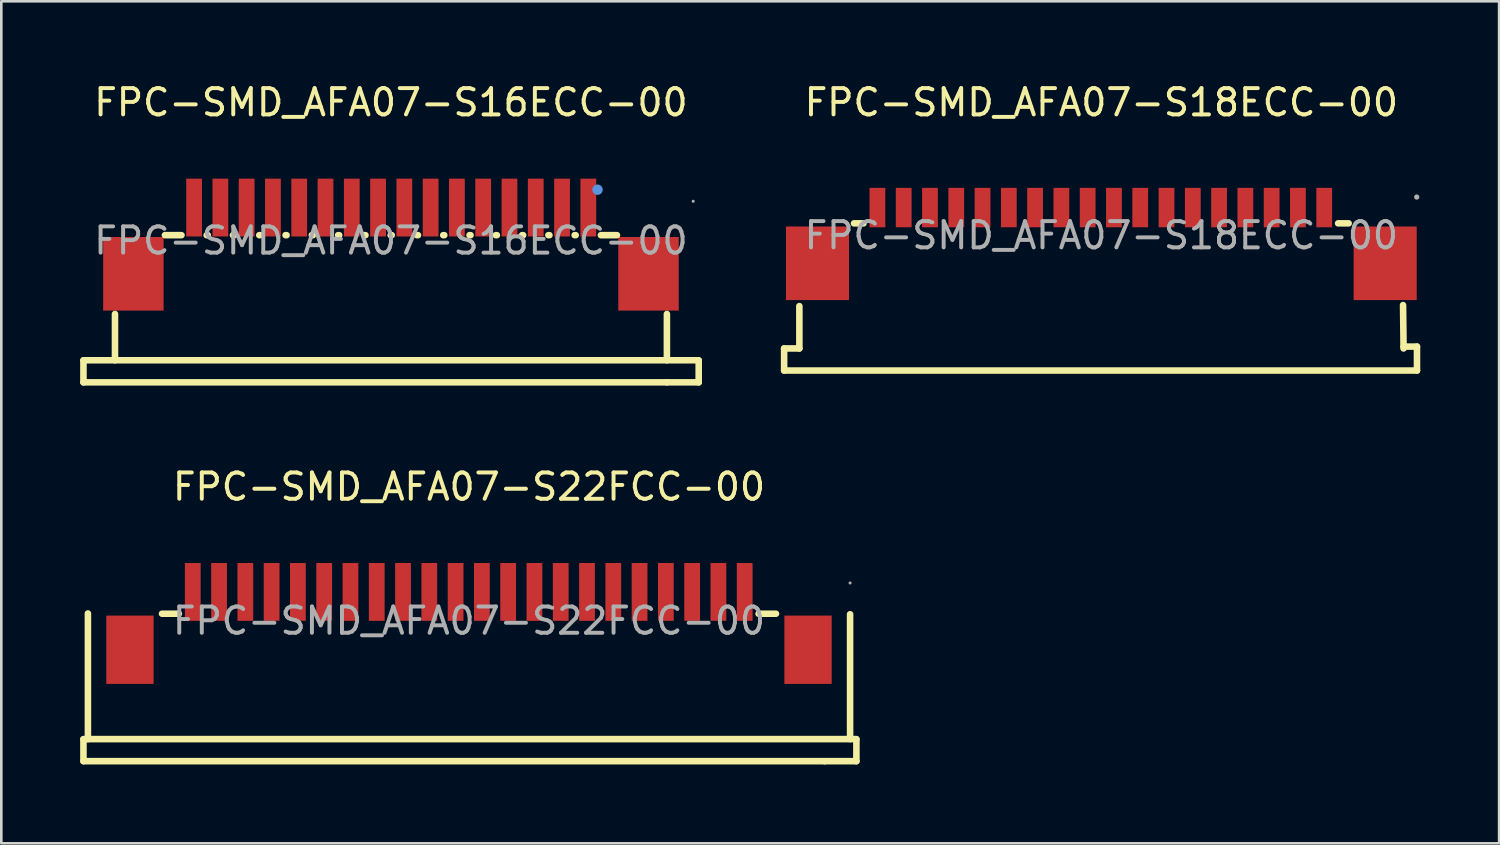
<source format=kicad_pcb>
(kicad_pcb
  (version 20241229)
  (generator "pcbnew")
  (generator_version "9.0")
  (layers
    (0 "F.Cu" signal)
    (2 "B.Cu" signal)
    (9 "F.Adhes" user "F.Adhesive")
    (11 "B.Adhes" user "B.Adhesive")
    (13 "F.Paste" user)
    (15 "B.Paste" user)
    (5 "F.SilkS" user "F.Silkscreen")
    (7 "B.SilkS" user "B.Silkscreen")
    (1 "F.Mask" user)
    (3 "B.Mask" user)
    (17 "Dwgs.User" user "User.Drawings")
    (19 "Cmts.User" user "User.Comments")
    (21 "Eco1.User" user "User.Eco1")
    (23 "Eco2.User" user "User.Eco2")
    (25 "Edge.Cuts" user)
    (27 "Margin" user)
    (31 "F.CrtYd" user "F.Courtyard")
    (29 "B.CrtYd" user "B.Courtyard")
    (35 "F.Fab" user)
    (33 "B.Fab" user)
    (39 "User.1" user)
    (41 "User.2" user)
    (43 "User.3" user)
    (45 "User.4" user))
  (footprint "FPC-SMD_AFA07-S22FCC-00"
    (layer "F.Cu")
    (at 14.795 20.572)
    (property "Reference" "FPC-SMD_AFA07-S22FCC-00" (at 0 -5.1 0) (layer "F.SilkS") (effects (font (size 1 1) (thickness 0.15))))
    (attr through_hole)
    (fp_line (start -14.67 5.34) (end -14.67 4.51) (stroke (width 0.25) (type solid)) (layer "F.SilkS"))
    (fp_line (start -14.67 5.34) (end 13.53 5.34) (stroke (width 0.25) (type solid)) (layer "F.SilkS"))
    (fp_line (start -14.5 4.5) (end -14.5 -0.28) (stroke (width 0.25) (type solid)) (layer "F.SilkS"))
    (fp_line (start -11.68 -0.27) (end -11.04 -0.27) (stroke (width 0.25) (type solid)) (layer "F.SilkS"))
    (fp_line (start 11.02 -0.27) (end 11.68 -0.27) (stroke (width 0.25) (type solid)) (layer "F.SilkS"))
    (fp_line (start 14.5 4.5) (end 14.5 -0.25) (stroke (width 0.25) (type solid)) (layer "F.SilkS"))
    (fp_line (start 14.74 4.5) (end -14.67 4.5) (stroke (width 0.25) (type solid)) (layer "F.SilkS"))
    (fp_line (start 14.74 5.34) (end 13.54 5.34) (stroke (width 0.25) (type solid)) (layer "F.SilkS"))
    (fp_line (start 14.74 5.34) (end 14.74 4.51) (stroke (width 0.25) (type solid)) (layer "F.SilkS"))
    (fp_circle (center 14.5 -1.44) (end 14.53 -1.44) (stroke (width 0.06) (type solid)) (fill no) (layer "F.Fab"))
    (fp_text user "${REFERENCE}" (at 0 0 0) (layer "F.Fab") (effects (font (size 1 1) (thickness 0.15))))
    (pad "1" smd rect (at 10.49 -1.1) (size 0.6 2.2) (layers "F.Cu" "F.Mask" "F.Paste"))
    (pad "2" smd rect (at 9.49 -1.1) (size 0.6 2.2) (layers "F.Cu" "F.Mask" "F.Paste"))
    (pad "3" smd rect (at 8.49 -1.1) (size 0.6 2.2) (layers "F.Cu" "F.Mask" "F.Paste"))
    (pad "4" smd rect (at 7.49 -1.1) (size 0.6 2.2) (layers "F.Cu" "F.Mask" "F.Paste"))
    (pad "5" smd rect (at 6.49 -1.1) (size 0.6 2.2) (layers "F.Cu" "F.Mask" "F.Paste"))
    (pad "6" smd rect (at 5.49 -1.1) (size 0.6 2.2) (layers "F.Cu" "F.Mask" "F.Paste"))
    (pad "7" smd rect (at 4.49 -1.1) (size 0.6 2.2) (layers "F.Cu" "F.Mask" "F.Paste"))
    (pad "8" smd rect (at 3.49 -1.1) (size 0.6 2.2) (layers "F.Cu" "F.Mask" "F.Paste"))
    (pad "9" smd rect (at 2.49 -1.1) (size 0.6 2.2) (layers "F.Cu" "F.Mask" "F.Paste"))
    (pad "10" smd rect (at 1.49 -1.1) (size 0.6 2.2) (layers "F.Cu" "F.Mask" "F.Paste"))
    (pad "11" smd rect (at 0.49 -1.1) (size 0.6 2.2) (layers "F.Cu" "F.Mask" "F.Paste"))
    (pad "12" smd rect (at -0.51 -1.1) (size 0.6 2.2) (layers "F.Cu" "F.Mask" "F.Paste"))
    (pad "13" smd rect (at -1.51 -1.1) (size 0.6 2.2) (layers "F.Cu" "F.Mask" "F.Paste"))
    (pad "14" smd rect (at -2.51 -1.1) (size 0.6 2.2) (layers "F.Cu" "F.Mask" "F.Paste"))
    (pad "15" smd rect (at -3.51 -1.1) (size 0.6 2.2) (layers "F.Cu" "F.Mask" "F.Paste"))
    (pad "16" smd rect (at -4.51 -1.1) (size 0.6 2.2) (layers "F.Cu" "F.Mask" "F.Paste"))
    (pad "17" smd rect (at -5.51 -1.1) (size 0.6 2.2) (layers "F.Cu" "F.Mask" "F.Paste"))
    (pad "18" smd rect (at -6.51 -1.1) (size 0.6 2.2) (layers "F.Cu" "F.Mask" "F.Paste"))
    (pad "19" smd rect (at -7.51 -1.1) (size 0.6 2.2) (layers "F.Cu" "F.Mask" "F.Paste"))
    (pad "20" smd rect (at -8.51 -1.1) (size 0.6 2.2) (layers "F.Cu" "F.Mask" "F.Paste"))
    (pad "21" smd rect (at -9.51 -1.1) (size 0.6 2.2) (layers "F.Cu" "F.Mask" "F.Paste"))
    (pad "22" smd rect (at -10.51 -1.1) (size 0.6 2.2) (layers "F.Cu" "F.Mask" "F.Paste"))
    (pad "23" smd rect (at -12.9 1.1) (size 1.8 2.6) (layers "F.Cu" "F.Mask" "F.Paste"))
    (pad "24" smd rect (at 12.9 1.1) (size 1.8 2.6) (layers "F.Cu" "F.Mask" "F.Paste")))
  (footprint "FPC-SMD_AFA07-S18ECC-00"
    (layer "F.Cu")
    (at 38.855 5.908)
    (property "Reference" "FPC-SMD_AFA07-S18ECC-00" (at 0 -5.06 0) (layer "F.SilkS") (effects (font (size 1 1) (thickness 0.15))))
    (attr through_hole)
    (fp_line (start -12.07 4.3) (end -12.07 5.14) (stroke (width 0.25) (type solid)) (layer "F.SilkS"))
    (fp_line (start -12.07 5.14) (end 12.01 5.14) (stroke (width 0.25) (type solid)) (layer "F.SilkS"))
    (fp_line (start -11.49 4.3) (end -12.07 4.3) (stroke (width 0.25) (type solid)) (layer "F.SilkS"))
    (fp_line (start -11.49 4.3) (end -11.49 2.69) (stroke (width 0.25) (type solid)) (layer "F.SilkS"))
    (fp_line (start -9.41 -0.46) (end -9.05 -0.46) (stroke (width 0.25) (type solid)) (layer "F.SilkS"))
    (fp_line (start 9.01 -0.46) (end 9.41 -0.46) (stroke (width 0.25) (type solid)) (layer "F.SilkS"))
    (fp_line (start 11.48 2.65) (end 11.5 4.3) (stroke (width 0.25) (type solid)) (layer "F.SilkS"))
    (fp_line (start 12.01 4.23) (end 11.5 4.23) (stroke (width 0.25) (type solid)) (layer "F.SilkS"))
    (fp_line (start 12.01 5.14) (end 12.01 4.23) (stroke (width 0.25) (type solid)) (layer "F.SilkS"))
    (fp_circle (center 12 -1.46) (end 12.05 -1.46) (stroke (width 0.1) (type solid)) (fill no) (layer "F.Fab"))
    (fp_text user "${REFERENCE}" (at 0 0 0) (layer "F.Fab") (effects (font (size 1 1) (thickness 0.15))))
    (pad "1" smd rect (at 8.48 -1.06 180) (size 0.6 1.5) (layers "F.Cu" "F.Mask" "F.Paste"))
    (pad "2" smd rect (at 7.48 -1.06 180) (size 0.6 1.5) (layers "F.Cu" "F.Mask" "F.Paste"))
    (pad "3" smd rect (at 6.48 -1.06 180) (size 0.6 1.5) (layers "F.Cu" "F.Mask" "F.Paste"))
    (pad "4" smd rect (at 5.48 -1.06 180) (size 0.6 1.5) (layers "F.Cu" "F.Mask" "F.Paste"))
    (pad "5" smd rect (at 4.48 -1.06 180) (size 0.6 1.5) (layers "F.Cu" "F.Mask" "F.Paste"))
    (pad "6" smd rect (at 3.48 -1.06 180) (size 0.6 1.5) (layers "F.Cu" "F.Mask" "F.Paste"))
    (pad "7" smd rect (at 2.48 -1.06 180) (size 0.6 1.5) (layers "F.Cu" "F.Mask" "F.Paste"))
    (pad "8" smd rect (at 1.48 -1.06 180) (size 0.6 1.5) (layers "F.Cu" "F.Mask" "F.Paste"))
    (pad "9" smd rect (at 0.48 -1.06 180) (size 0.6 1.5) (layers "F.Cu" "F.Mask" "F.Paste"))
    (pad "10" smd rect (at -0.52 -1.06 180) (size 0.6 1.5) (layers "F.Cu" "F.Mask" "F.Paste"))
    (pad "11" smd rect (at -1.52 -1.06 180) (size 0.6 1.5) (layers "F.Cu" "F.Mask" "F.Paste"))
    (pad "12" smd rect (at -2.52 -1.06 180) (size 0.6 1.5) (layers "F.Cu" "F.Mask" "F.Paste"))
    (pad "13" smd rect (at -3.52 -1.06 180) (size 0.6 1.5) (layers "F.Cu" "F.Mask" "F.Paste"))
    (pad "14" smd rect (at -4.52 -1.06 180) (size 0.6 1.5) (layers "F.Cu" "F.Mask" "F.Paste"))
    (pad "15" smd rect (at -5.52 -1.06 180) (size 0.6 1.5) (layers "F.Cu" "F.Mask" "F.Paste"))
    (pad "16" smd rect (at -6.52 -1.06 180) (size 0.6 1.5) (layers "F.Cu" "F.Mask" "F.Paste"))
    (pad "17" smd rect (at -7.52 -1.06 180) (size 0.6 1.5) (layers "F.Cu" "F.Mask" "F.Paste"))
    (pad "18" smd rect (at -8.52 -1.06 180) (size 0.6 1.5) (layers "F.Cu" "F.Mask" "F.Paste"))
    (pad "19" smd rect (at -10.8 1.06 270) (size 2.8 2.4) (layers "F.Cu" "F.Mask" "F.Paste"))
    (pad "20" smd rect (at 10.8 1.06 270) (size 2.8 2.4) (layers "F.Cu" "F.Mask" "F.Paste")))
  (footprint "FPC-SMD_AFA07-S16ECC-00"
    (layer "F.Cu")
    (at 11.825 6.108)
    (property "Reference" "FPC-SMD_AFA07-S16ECC-00" (at 0 -5.26 0) (layer "F.SilkS") (effects (font (size 1 1) (thickness 0.15))))
    (attr through_hole)
    (fp_line (start -11.7 5.39) (end -11.7 4.56) (stroke (width 0.25) (type solid)) (layer "F.SilkS"))
    (fp_line (start -11.7 5.39) (end 10.5 5.39) (stroke (width 0.25) (type solid)) (layer "F.SilkS"))
    (fp_line (start -10.5 4.55) (end -10.5 2.79) (stroke (width 0.25) (type solid)) (layer "F.SilkS"))
    (fp_line (start -8.6 -0.21) (end -7.97 -0.21) (stroke (width 0.25) (type solid)) (layer "F.SilkS"))
    (fp_line (start -7.01 -0.21) (end -6.97 -0.21) (stroke (width 0.25) (type solid)) (layer "F.SilkS"))
    (fp_line (start -6.01 -0.21) (end -5.97 -0.21) (stroke (width 0.25) (type solid)) (layer "F.SilkS"))
    (fp_line (start -5.01 -0.21) (end -4.97 -0.21) (stroke (width 0.25) (type solid)) (layer "F.SilkS"))
    (fp_line (start -4.01 -0.21) (end -3.97 -0.21) (stroke (width 0.25) (type solid)) (layer "F.SilkS"))
    (fp_line (start -3.01 -0.21) (end -2.97 -0.21) (stroke (width 0.25) (type solid)) (layer "F.SilkS"))
    (fp_line (start -2.01 -0.21) (end -1.97 -0.21) (stroke (width 0.25) (type solid)) (layer "F.SilkS"))
    (fp_line (start -1.01 -0.21) (end -0.97 -0.21) (stroke (width 0.25) (type solid)) (layer "F.SilkS"))
    (fp_line (start -0.01 -0.21) (end 0.03 -0.21) (stroke (width 0.25) (type solid)) (layer "F.SilkS"))
    (fp_line (start 0.99 -0.21) (end 1.03 -0.21) (stroke (width 0.25) (type solid)) (layer "F.SilkS"))
    (fp_line (start 1.99 -0.21) (end 2.03 -0.21) (stroke (width 0.25) (type solid)) (layer "F.SilkS"))
    (fp_line (start 2.99 -0.21) (end 3.03 -0.21) (stroke (width 0.25) (type solid)) (layer "F.SilkS"))
    (fp_line (start 3.99 -0.21) (end 4.03 -0.21) (stroke (width 0.25) (type solid)) (layer "F.SilkS"))
    (fp_line (start 4.99 -0.21) (end 5.03 -0.21) (stroke (width 0.25) (type solid)) (layer "F.SilkS"))
    (fp_line (start 5.99 -0.21) (end 6.03 -0.21) (stroke (width 0.25) (type solid)) (layer "F.SilkS"))
    (fp_line (start 6.99 -0.21) (end 7.03 -0.21) (stroke (width 0.25) (type solid)) (layer "F.SilkS"))
    (fp_line (start 7.99 -0.21) (end 8.6 -0.21) (stroke (width 0.25) (type solid)) (layer "F.SilkS"))
    (fp_line (start 10.5 4.55) (end 10.5 2.79) (stroke (width 0.25) (type solid)) (layer "F.SilkS"))
    (fp_line (start 11.71 4.55) (end -11.7 4.55) (stroke (width 0.25) (type solid)) (layer "F.SilkS"))
    (fp_line (start 11.71 5.39) (end 10.51 5.39) (stroke (width 0.25) (type solid)) (layer "F.SilkS"))
    (fp_line (start 11.71 5.39) (end 11.71 4.56) (stroke (width 0.25) (type solid)) (layer "F.SilkS"))
    (fp_circle (center 7.86 -1.94) (end 7.96 -1.94) (stroke (width 0.2) (type solid)) (fill no) (layer "Cmts.User"))
    (fp_circle (center 11.5 -1.5) (end 11.53 -1.5) (stroke (width 0.06) (type solid)) (fill no) (layer "F.Fab"))
    (fp_text user "${REFERENCE}" (at 0 0 0) (layer "F.Fab") (effects (font (size 1 1) (thickness 0.15))))
    (pad "1" smd rect (at 7.51 -1.26 180) (size 0.6 2.2) (layers "F.Cu" "F.Mask" "F.Paste"))
    (pad "2" smd rect (at 6.51 -1.26 180) (size 0.6 2.2) (layers "F.Cu" "F.Mask" "F.Paste"))
    (pad "3" smd rect (at 5.51 -1.26 180) (size 0.6 2.2) (layers "F.Cu" "F.Mask" "F.Paste"))
    (pad "4" smd rect (at 4.51 -1.26 180) (size 0.6 2.2) (layers "F.Cu" "F.Mask" "F.Paste"))
    (pad "5" smd rect (at 3.51 -1.26 180) (size 0.6 2.2) (layers "F.Cu" "F.Mask" "F.Paste"))
    (pad "6" smd rect (at 2.51 -1.26 180) (size 0.6 2.2) (layers "F.Cu" "F.Mask" "F.Paste"))
    (pad "7" smd rect (at 1.51 -1.26 180) (size 0.6 2.2) (layers "F.Cu" "F.Mask" "F.Paste"))
    (pad "8" smd rect (at 0.51 -1.26 180) (size 0.6 2.2) (layers "F.Cu" "F.Mask" "F.Paste"))
    (pad "9" smd rect (at -0.49 -1.26 180) (size 0.6 2.2) (layers "F.Cu" "F.Mask" "F.Paste"))
    (pad "10" smd rect (at -1.49 -1.26 180) (size 0.6 2.2) (layers "F.Cu" "F.Mask" "F.Paste"))
    (pad "11" smd rect (at -2.49 -1.26 180) (size 0.6 2.2) (layers "F.Cu" "F.Mask" "F.Paste"))
    (pad "12" smd rect (at -3.49 -1.26 180) (size 0.6 2.2) (layers "F.Cu" "F.Mask" "F.Paste"))
    (pad "13" smd rect (at -4.49 -1.26 180) (size 0.6 2.2) (layers "F.Cu" "F.Mask" "F.Paste"))
    (pad "14" smd rect (at -5.49 -1.26 180) (size 0.6 2.2) (layers "F.Cu" "F.Mask" "F.Paste"))
    (pad "15" smd rect (at -6.49 -1.26 180) (size 0.6 2.2) (layers "F.Cu" "F.Mask" "F.Paste"))
    (pad "16" smd rect (at -7.49 -1.26 180) (size 0.6 2.2) (layers "F.Cu" "F.Mask" "F.Paste"))
    (pad "17" smd rect (at -9.8 1.26 270) (size 2.8 2.3) (layers "F.Cu" "F.Mask" "F.Paste"))
    (pad "18" smd rect (at 9.8 1.26 270) (size 2.8 2.3) (layers "F.Cu" "F.Mask" "F.Paste")))
  (gr_rect
    (start -3 -3)
    (end 53.99 29.037)
    (stroke (width 0.1) (type default))
    (fill no)
    (layer "Edge.Cuts")))
</source>
